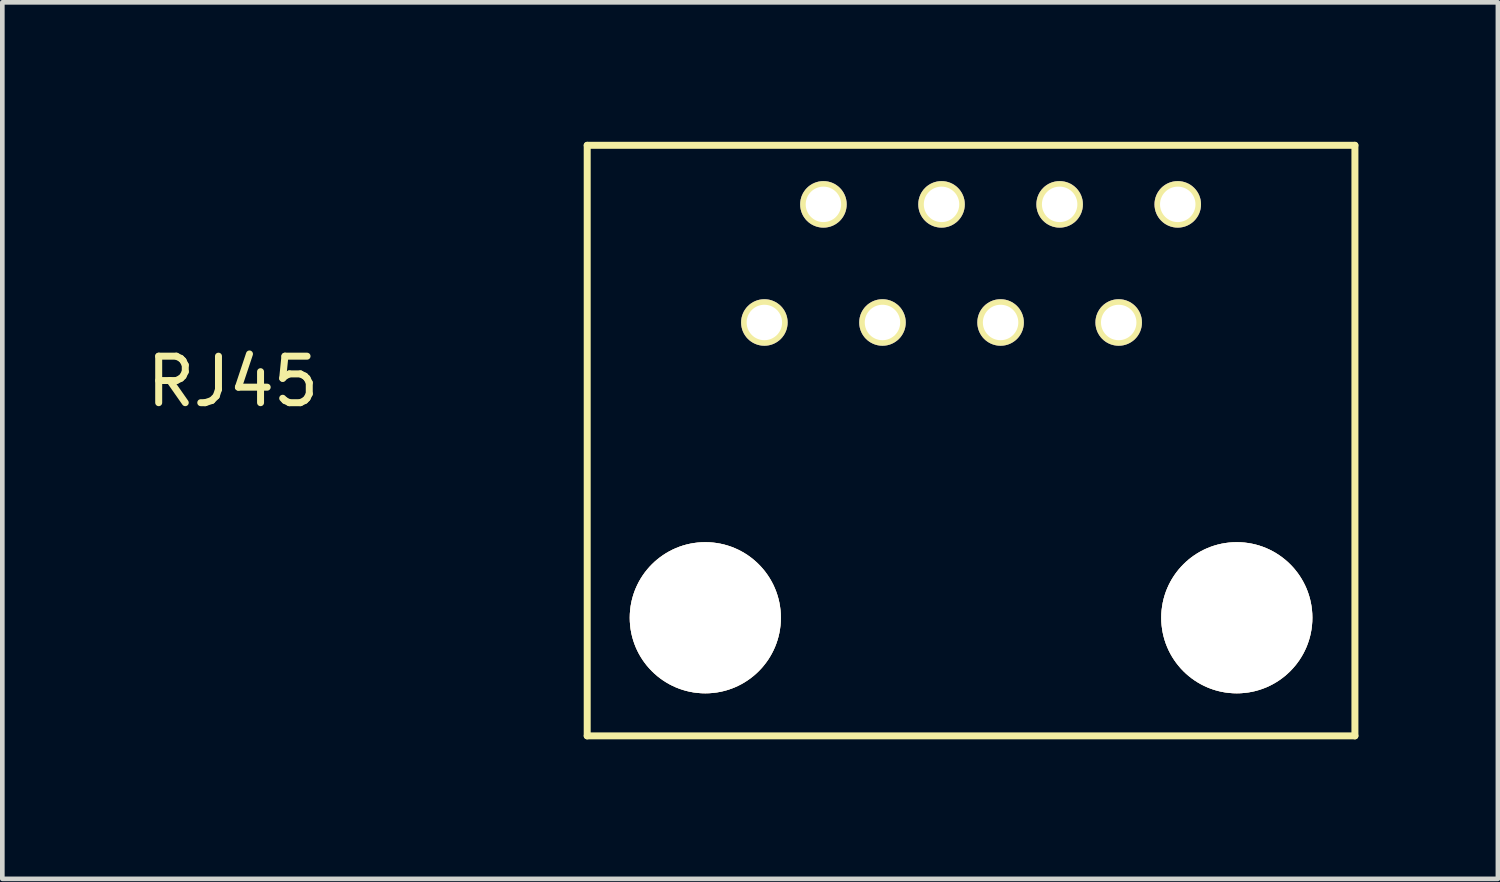
<source format=kicad_pcb>
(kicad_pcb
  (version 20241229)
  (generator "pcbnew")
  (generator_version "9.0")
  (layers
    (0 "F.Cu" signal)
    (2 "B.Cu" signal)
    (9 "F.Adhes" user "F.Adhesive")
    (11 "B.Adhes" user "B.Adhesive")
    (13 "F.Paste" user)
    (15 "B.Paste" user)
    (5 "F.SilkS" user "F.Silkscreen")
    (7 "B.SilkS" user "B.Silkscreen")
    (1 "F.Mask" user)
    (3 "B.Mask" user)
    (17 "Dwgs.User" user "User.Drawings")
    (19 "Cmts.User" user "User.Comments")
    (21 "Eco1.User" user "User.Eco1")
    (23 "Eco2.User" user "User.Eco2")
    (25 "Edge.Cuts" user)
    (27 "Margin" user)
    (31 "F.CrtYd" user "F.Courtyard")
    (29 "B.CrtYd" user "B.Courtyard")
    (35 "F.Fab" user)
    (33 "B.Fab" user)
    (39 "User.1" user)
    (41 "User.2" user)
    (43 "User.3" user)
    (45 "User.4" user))
  (footprint "RJ45"
    (layer "F.Cu")
    (at 13.388 3.885)
    (property "Reference" "RJ45" (at -11.43 1.27 0) (layer "F.SilkS") (effects (font (size 1 1) (thickness 0.15))))
    (attr through_hole)
    (fp_line (start -3.81 -3.81) (end 12.7 -3.81) (stroke (width 0.15) (type solid)) (layer "F.SilkS"))
    (fp_line (start -3.81 8.89) (end -3.81 -3.81) (stroke (width 0.15) (type solid)) (layer "F.SilkS"))
    (fp_line (start 12.7 -3.81) (end 12.7 8.89) (stroke (width 0.15) (type solid)) (layer "F.SilkS"))
    (fp_line (start 12.7 8.89) (end -3.81 8.89) (stroke (width 0.15) (type solid)) (layer "F.SilkS"))
    (pad "" thru_hole circle (at -1.27 6.35) (size 3.25 3.25) (drill 3.25) (layers "*.Cu" "*.Mask" "F.SilkS"))
    (pad "" thru_hole circle (at 10.16 6.35) (size 3.25 3.25) (drill 3.25) (layers "*.Cu" "*.Mask" "F.SilkS"))
    (pad "1" thru_hole circle (at 0 0) (size 1 1) (drill 0.762) (layers "*.Cu" "*.Mask" "F.SilkS"))
    (pad "2" thru_hole circle (at 1.27 -2.54) (size 1 1) (drill 0.762) (layers "*.Cu" "*.Mask" "F.SilkS"))
    (pad "3" thru_hole circle (at 2.54 0) (size 1 1) (drill 0.762) (layers "*.Cu" "*.Mask" "F.SilkS"))
    (pad "4" thru_hole circle (at 3.81 -2.54) (size 1 1) (drill 0.762) (layers "*.Cu" "*.Mask" "F.SilkS"))
    (pad "5" thru_hole circle (at 5.08 0) (size 1 1) (drill 0.762) (layers "*.Cu" "*.Mask" "F.SilkS"))
    (pad "6" thru_hole circle (at 6.35 -2.54) (size 1 1) (drill 0.762) (layers "*.Cu" "*.Mask" "F.SilkS"))
    (pad "7" thru_hole circle (at 7.62 0) (size 1 1) (drill 0.762) (layers "*.Cu" "*.Mask" "F.SilkS"))
    (pad "8" thru_hole circle (at 8.89 -2.54) (size 1 1) (drill 0.762) (layers "*.Cu" "*.Mask" "F.SilkS")))
  (gr_rect
    (start -3 -3)
    (end 29.163 15.85)
    (stroke (width 0.1) (type default))
    (fill no)
    (layer "Edge.Cuts")))
</source>
